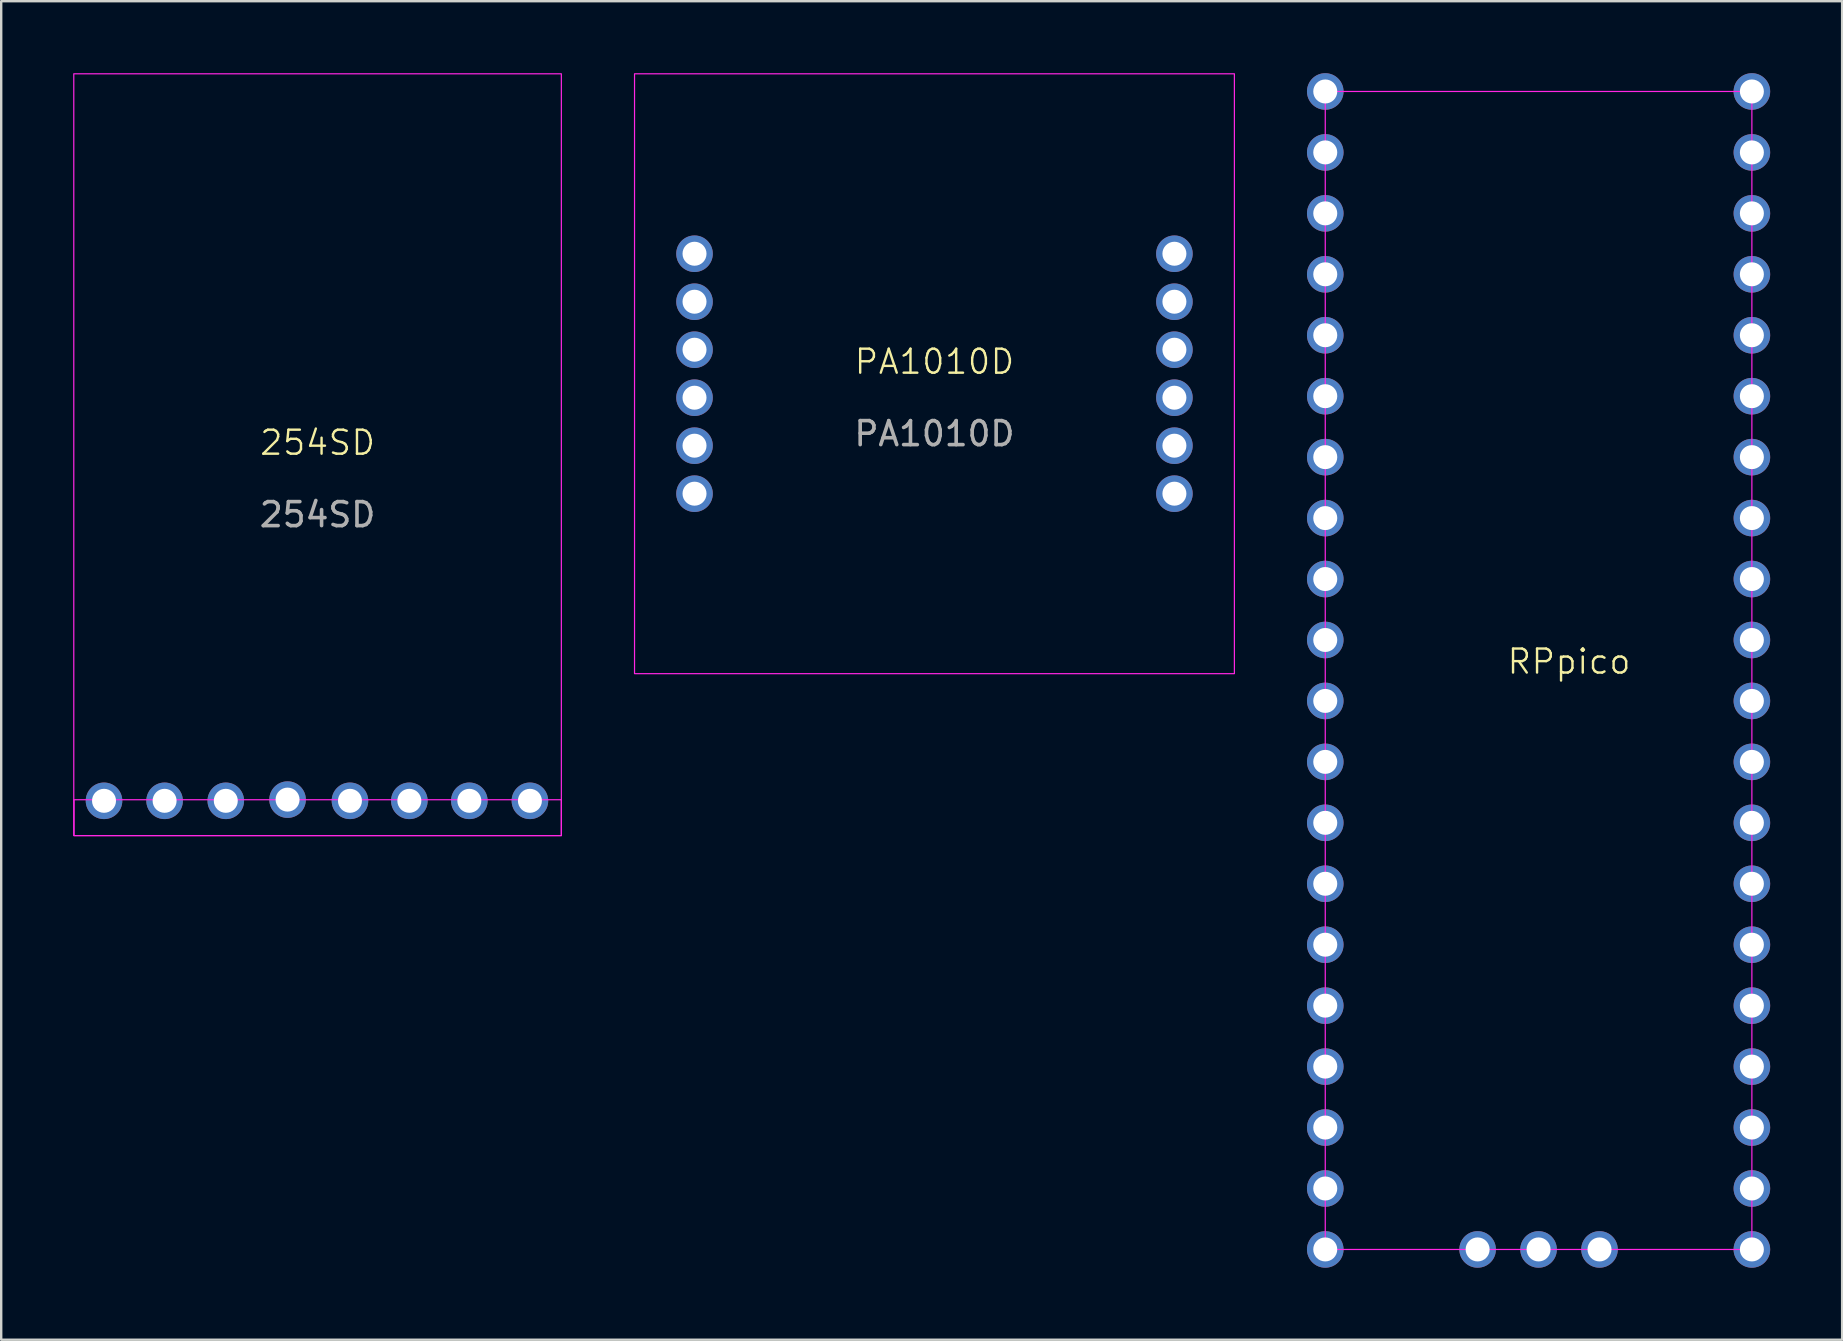
<source format=kicad_pcb>
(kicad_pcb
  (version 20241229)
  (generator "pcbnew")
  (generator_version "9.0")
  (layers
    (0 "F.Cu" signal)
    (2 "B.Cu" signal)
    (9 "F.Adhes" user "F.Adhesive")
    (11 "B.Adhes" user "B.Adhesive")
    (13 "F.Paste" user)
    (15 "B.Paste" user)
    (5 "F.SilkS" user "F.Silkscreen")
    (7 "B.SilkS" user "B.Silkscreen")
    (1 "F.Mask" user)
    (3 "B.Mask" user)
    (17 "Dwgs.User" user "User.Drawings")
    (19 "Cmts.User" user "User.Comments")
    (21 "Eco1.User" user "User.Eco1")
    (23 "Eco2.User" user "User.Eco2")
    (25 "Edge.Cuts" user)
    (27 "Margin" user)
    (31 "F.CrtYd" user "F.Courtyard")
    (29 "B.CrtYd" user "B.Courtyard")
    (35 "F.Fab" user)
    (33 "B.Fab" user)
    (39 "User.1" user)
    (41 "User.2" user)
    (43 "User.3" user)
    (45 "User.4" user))
  (footprint "254SD"
    (layer "F.Cu")
    (at 10.185 15.9)
    (property "Reference" "254SD" (at 0 -0.5 0) (unlocked yes) (layer "F.SilkS") (effects (font (size 1 1) (thickness 0.1))))
    (attr through_hole)
    (fp_rect (start -10.16 -15.875) (end 10.16 15.875) (stroke (width 0.05) (type default)) (fill no) (layer "F.CrtYd"))
    (fp_rect (start -10.15 14.38) (end 10.16 15.874) (stroke (width 0.05) (type default)) (fill no) (layer "F.CrtYd"))
    (fp_text user "${REFERENCE}" (at 0 2.5 0) (unlocked yes) (layer "F.Fab") (effects (font (size 1 1) (thickness 0.15))))
    (pad "1" thru_hole circle (at -8.9 14.425) (size 1.524 1.524) (drill 1) (layers "*.Cu" "*.Mask"))
    (pad "2" thru_hole circle (at -6.375 14.425) (size 1.524 1.524) (drill 1) (layers "*.Cu" "*.Mask"))
    (pad "3" thru_hole circle (at -3.825 14.425) (size 1.524 1.524) (drill 1) (layers "*.Cu" "*.Mask"))
    (pad "4" thru_hole circle (at -1.25 14.375) (size 1.524 1.524) (drill 1) (layers "*.Cu" "*.Mask"))
    (pad "5" thru_hole circle (at 1.35 14.425) (size 1.524 1.524) (drill 1) (layers "*.Cu" "*.Mask"))
    (pad "6" thru_hole circle (at 3.825 14.425) (size 1.524 1.524) (drill 1) (layers "*.Cu" "*.Mask"))
    (pad "7" thru_hole circle (at 6.325 14.425) (size 1.524 1.524) (drill 1) (layers "*.Cu" "*.Mask"))
    (pad "8" thru_hole circle (at 8.85 14.425) (size 1.524 1.524) (drill 1) (layers "*.Cu" "*.Mask")))
  (footprint "RPpico"
    (layer "F.Cu")
    (at 62.342 26.162)
    (property "Reference" "RPpico" (at 0 -1.64 0) (unlocked yes) (layer "F.SilkS") (effects (font (size 1 1) (thickness 0.1))))
    (attr through_hole)
    (fp_rect (start -10.16 -25.4) (end 7.62 22.86) (stroke (width 0.05) (type default)) (fill no) (layer "F.CrtYd"))
    (pad "1" thru_hole circle (at -10.16 -25.4) (size 1.524 1.524) (drill 1) (layers "*.Cu" "*.Mask"))
    (pad "2" thru_hole circle (at -10.16 -22.86) (size 1.524 1.524) (drill 1) (layers "*.Cu" "*.Mask"))
    (pad "3" thru_hole circle (at -10.16 -20.32) (size 1.524 1.524) (drill 1) (layers "*.Cu" "*.Mask"))
    (pad "4" thru_hole circle (at -10.16 -17.78) (size 1.524 1.524) (drill 1) (layers "*.Cu" "*.Mask"))
    (pad "5" thru_hole circle (at -10.16 -15.24) (size 1.524 1.524) (drill 1) (layers "*.Cu" "*.Mask"))
    (pad "6" thru_hole circle (at -10.16 -12.7) (size 1.524 1.524) (drill 1) (layers "*.Cu" "*.Mask"))
    (pad "7" thru_hole circle (at -10.16 -10.16) (size 1.524 1.524) (drill 1) (layers "*.Cu" "*.Mask"))
    (pad "8" thru_hole circle (at -10.16 -7.62) (size 1.524 1.524) (drill 1) (layers "*.Cu" "*.Mask"))
    (pad "9" thru_hole circle (at -10.16 -5.08) (size 1.524 1.524) (drill 1) (layers "*.Cu" "*.Mask"))
    (pad "10" thru_hole circle (at -10.16 -2.54) (size 1.524 1.524) (drill 1) (layers "*.Cu" "*.Mask"))
    (pad "11" thru_hole circle (at -10.16 0) (size 1.524 1.524) (drill 1) (layers "*.Cu" "*.Mask"))
    (pad "12" thru_hole circle (at -10.16 2.54) (size 1.524 1.524) (drill 1) (layers "*.Cu" "*.Mask"))
    (pad "13" thru_hole circle (at -10.16 5.08) (size 1.524 1.524) (drill 1) (layers "*.Cu" "*.Mask"))
    (pad "14" thru_hole circle (at -10.16 7.62) (size 1.524 1.524) (drill 1) (layers "*.Cu" "*.Mask"))
    (pad "15" thru_hole circle (at -10.16 10.16) (size 1.524 1.524) (drill 1) (layers "*.Cu" "*.Mask"))
    (pad "16" thru_hole circle (at -10.16 12.7) (size 1.524 1.524) (drill 1) (layers "*.Cu" "*.Mask"))
    (pad "17" thru_hole circle (at -10.16 15.24) (size 1.524 1.524) (drill 1) (layers "*.Cu" "*.Mask"))
    (pad "18" thru_hole circle (at -10.16 17.78) (size 1.524 1.524) (drill 1) (layers "*.Cu" "*.Mask"))
    (pad "19" thru_hole circle (at -10.16 20.32) (size 1.524 1.524) (drill 1) (layers "*.Cu" "*.Mask"))
    (pad "20" thru_hole circle (at -10.16 22.86) (size 1.524 1.524) (drill 1) (layers "*.Cu" "*.Mask"))
    (pad "21" thru_hole circle (at 7.62 22.86) (size 1.524 1.524) (drill 1) (layers "*.Cu" "*.Mask"))
    (pad "22" thru_hole circle (at 7.62 20.32) (size 1.524 1.524) (drill 1) (layers "*.Cu" "*.Mask"))
    (pad "23" thru_hole circle (at 7.62 17.78) (size 1.524 1.524) (drill 1) (layers "*.Cu" "*.Mask"))
    (pad "24" thru_hole circle (at 7.62 15.24) (size 1.524 1.524) (drill 1) (layers "*.Cu" "*.Mask"))
    (pad "25" thru_hole circle (at 7.62 12.7) (size 1.524 1.524) (drill 1) (layers "*.Cu" "*.Mask"))
    (pad "26" thru_hole circle (at 7.62 10.16) (size 1.524 1.524) (drill 1) (layers "*.Cu" "*.Mask"))
    (pad "27" thru_hole circle (at 7.62 7.62) (size 1.524 1.524) (drill 1) (layers "*.Cu" "*.Mask"))
    (pad "28" thru_hole circle (at 7.62 5.08) (size 1.524 1.524) (drill 1) (layers "*.Cu" "*.Mask"))
    (pad "29" thru_hole circle (at 7.62 2.54) (size 1.524 1.524) (drill 1) (layers "*.Cu" "*.Mask"))
    (pad "30" thru_hole circle (at 7.62 0) (size 1.524 1.524) (drill 1) (layers "*.Cu" "*.Mask"))
    (pad "31" thru_hole circle (at 7.62 -2.54) (size 1.524 1.524) (drill 1) (layers "*.Cu" "*.Mask"))
    (pad "32" thru_hole circle (at 7.62 -5.08) (size 1.524 1.524) (drill 1) (layers "*.Cu" "*.Mask"))
    (pad "33" thru_hole circle (at 7.62 -7.62) (size 1.524 1.524) (drill 1) (layers "*.Cu" "*.Mask"))
    (pad "34" thru_hole circle (at 7.62 -10.16) (size 1.524 1.524) (drill 1) (layers "*.Cu" "*.Mask"))
    (pad "35" thru_hole circle (at 7.62 -12.7) (size 1.524 1.524) (drill 1) (layers "*.Cu" "*.Mask"))
    (pad "36" thru_hole circle (at 7.62 -15.24) (size 1.524 1.524) (drill 1) (layers "*.Cu" "*.Mask"))
    (pad "37" thru_hole circle (at 7.62 -17.78) (size 1.524 1.524) (drill 1) (layers "*.Cu" "*.Mask"))
    (pad "38" thru_hole circle (at 7.62 -20.32) (size 1.524 1.524) (drill 1) (layers "*.Cu" "*.Mask"))
    (pad "39" thru_hole circle (at 7.62 -22.86) (size 1.524 1.524) (drill 1) (layers "*.Cu" "*.Mask"))
    (pad "40" thru_hole circle (at 7.62 -25.4) (size 1.524 1.524) (drill 1) (layers "*.Cu" "*.Mask"))
    (pad "41" thru_hole circle (at -3.81 22.86) (size 1.524 1.524) (drill 1) (layers "*.Cu" "*.Mask"))
    (pad "42" thru_hole circle (at -1.27 22.86) (size 1.524 1.524) (drill 1) (layers "*.Cu" "*.Mask"))
    (pad "43" thru_hole circle (at 1.27 22.86) (size 1.524 1.524) (drill 1) (layers "*.Cu" "*.Mask")))
  (footprint "PA1010D"
    (layer "F.Cu")
    (at 35.895 12.525)
    (property "Reference" "PA1010D" (at 0 -0.5 0) (unlocked yes) (layer "F.SilkS") (effects (font (size 1 1) (thickness 0.1))))
    (attr through_hole)
    (fp_rect (start -12.5 -12.5) (end 12.5 12.5) (stroke (width 0.05) (type default)) (fill no) (layer "F.CrtYd"))
    (fp_text user "${REFERENCE}" (at 0 2.5 0) (unlocked yes) (layer "F.Fab") (effects (font (size 1 1) (thickness 0.15))))
    (pad "1" thru_hole circle (at -10 -5) (size 1.524 1.524) (drill 1) (layers "*.Cu" "*.Mask"))
    (pad "2" thru_hole circle (at -10 -3) (size 1.524 1.524) (drill 1) (layers "*.Cu" "*.Mask"))
    (pad "3" thru_hole circle (at -10 -1) (size 1.524 1.524) (drill 1) (layers "*.Cu" "*.Mask"))
    (pad "4" thru_hole circle (at -10 1) (size 1.524 1.524) (drill 1) (layers "*.Cu" "*.Mask"))
    (pad "5" thru_hole circle (at -10 3) (size 1.524 1.524) (drill 1) (layers "*.Cu" "*.Mask"))
    (pad "6" thru_hole circle (at -10 5) (size 1.524 1.524) (drill 1) (layers "*.Cu" "*.Mask"))
    (pad "7" thru_hole circle (at 10 5) (size 1.524 1.524) (drill 1) (layers "*.Cu" "*.Mask"))
    (pad "8" thru_hole circle (at 10 3) (size 1.524 1.524) (drill 1) (layers "*.Cu" "*.Mask"))
    (pad "9" thru_hole circle (at 10 1) (size 1.524 1.524) (drill 1) (layers "*.Cu" "*.Mask"))
    (pad "10" thru_hole circle (at 10 -1) (size 1.524 1.524) (drill 1) (layers "*.Cu" "*.Mask"))
    (pad "11" thru_hole circle (at 10 -3) (size 1.524 1.524) (drill 1) (layers "*.Cu" "*.Mask"))
    (pad "12" thru_hole circle (at 10 -5) (size 1.524 1.524) (drill 1) (layers "*.Cu" "*.Mask")))
  (gr_rect
    (start -3 -3)
    (end 73.724 52.784)
    (stroke (width 0.1) (type default))
    (fill no)
    (layer "Edge.Cuts")))
</source>
